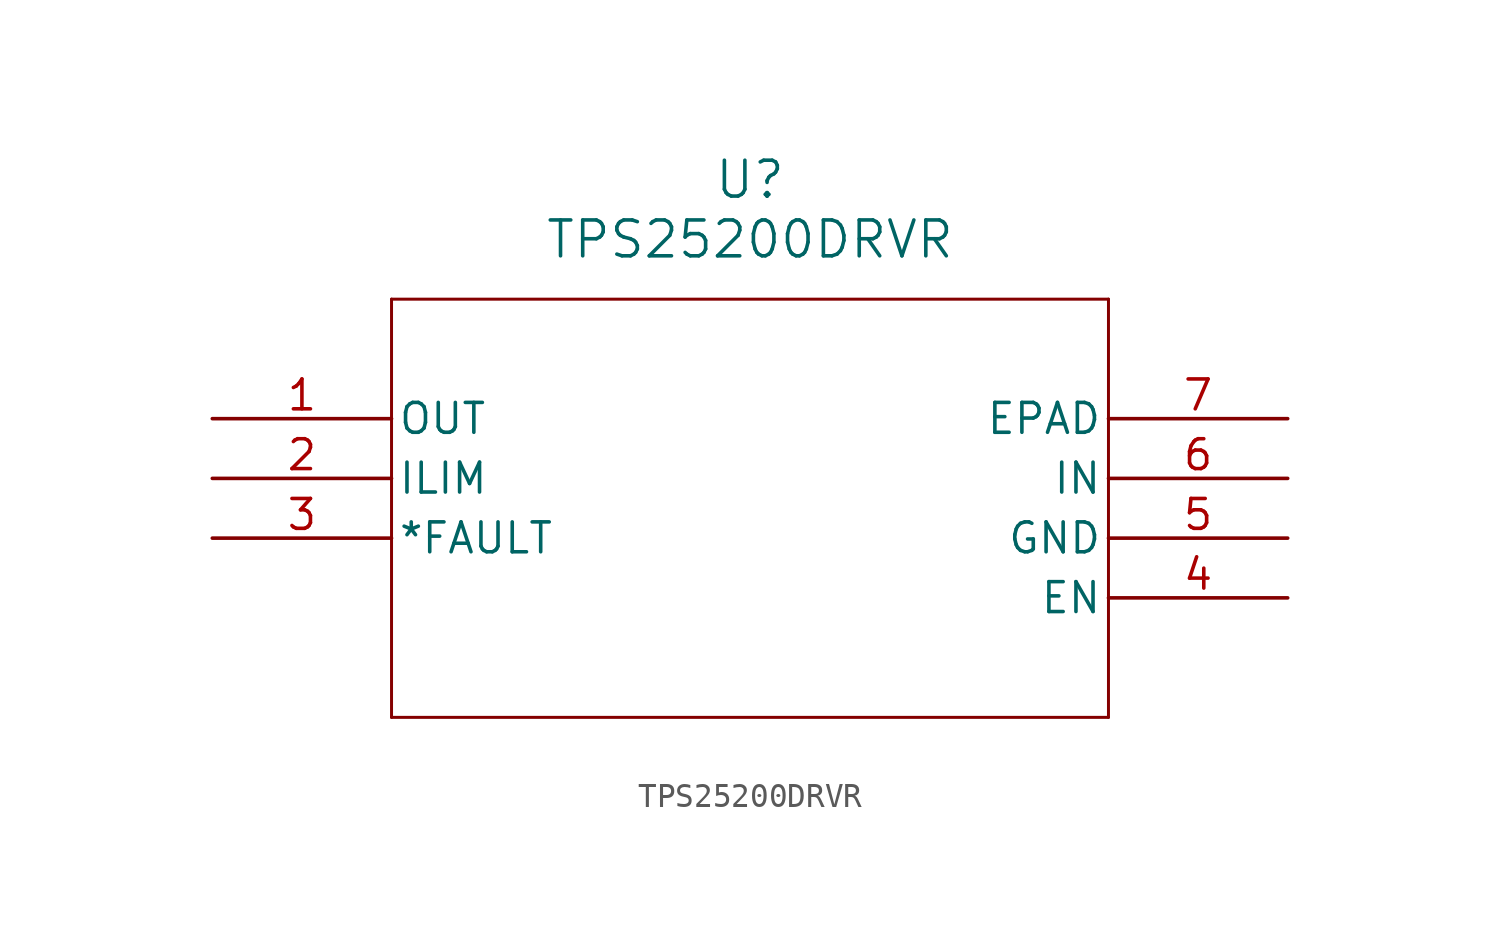
<source format=kicad_sym>
(kicad_symbol_lib
  (version 20211014)
  (generator kicad_symbol_editor)
  (symbol "TPS25200DRVR"
    (pin_names
      (offset 0.254))
    (property "Reference" "U"
      (at 22.86 10.16 0)
      (effects (font (size 1.524 1.524))))
    (property "Value" "TPS25200DRVR"
      (at 22.86 7.62 0)
      (effects (font (size 1.524 1.524))))
    (polyline
      (pts (xy 7.62 5.08) (xy 7.62 -12.7))
      (stroke (width 0.127) (type default) (color 0 0 0 0))
      (fill (type none)))
    (polyline
      (pts (xy 7.62 -12.7) (xy 38.1 -12.7))
      (stroke (width 0.127) (type default) (color 0 0 0 0))
      (fill (type none)))
    (polyline
      (pts (xy 38.1 -12.7) (xy 38.1 5.08))
      (stroke (width 0.127) (type default) (color 0 0 0 0))
      (fill (type none)))
    (polyline
      (pts (xy 38.1 5.08) (xy 7.62 5.08))
      (stroke (width 0.127) (type default) (color 0 0 0 0))
      (fill (type none)))
    (pin output line
      (at 0 0 0)
      (length 7.62)
      (name "OUT" (effects (font (size 1.27 1.27))))
      (number "1" (effects (font (size 1.27 1.27)))))
    (pin output line
      (at 0 -2.54 0)
      (length 7.62)
      (name "ILIM" (effects (font (size 1.27 1.27))))
      (number "2" (effects (font (size 1.27 1.27)))))
    (pin output line
      (at 0 -5.08 0)
      (length 7.62)
      (name "*FAULT" (effects (font (size 1.27 1.27))))
      (number "3" (effects (font (size 1.27 1.27)))))
    (pin input line
      (at 45.72 -7.62 180)
      (length 7.62)
      (name "EN" (effects (font (size 1.27 1.27))))
      (number "4" (effects (font (size 1.27 1.27)))))
    (pin power_in line
      (at 45.72 -5.08 180)
      (length 7.62)
      (name "GND" (effects (font (size 1.27 1.27))))
      (number "5" (effects (font (size 1.27 1.27)))))
    (pin input line
      (at 45.72 -2.54 180)
      (length 7.62)
      (name "IN" (effects (font (size 1.27 1.27))))
      (number "6" (effects (font (size 1.27 1.27)))))
    (pin unspecified line
      (at 45.72 0 180)
      (length 7.62)
      (name "EPAD" (effects (font (size 1.27 1.27))))
      (number "7" (effects (font (size 1.27 1.27)))))))
</source>
